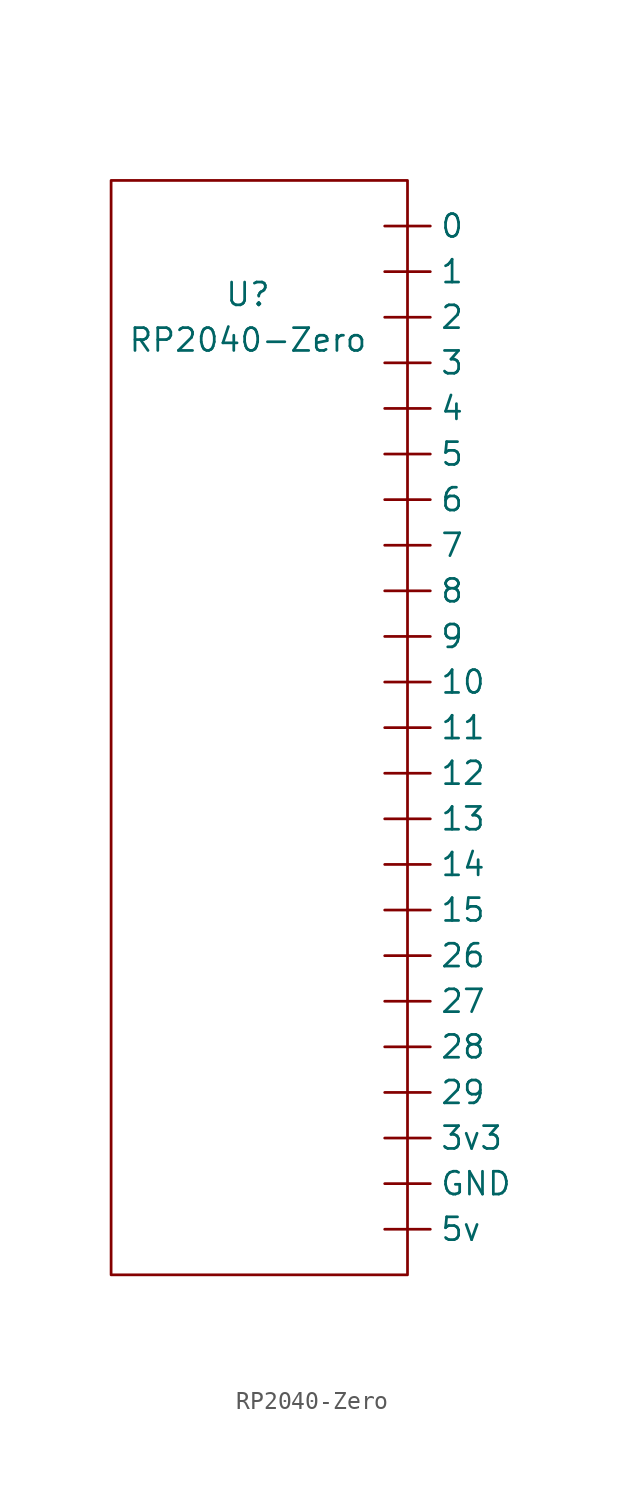
<source format=kicad_sym>
(kicad_symbol_lib
  (version 20211014)
  (generator kicad_symbol_editor)
  (symbol "RP2040-Zero"
    (pin_numbers hide)
    (property "Reference" "U"
      (at 0 0 0)
      (effects (font (size 1.27 1.27))))
    (property "Value" "RP2040-Zero"
      (at 0 -2.54 0)
      (effects (font (size 1.27 1.27))))
    (symbol "RP2040-Zero_0_1"
      (rectangle (start -7.62 6.35) (end 8.89 -54.61) (stroke (width 0) (type default) (color 0 0 0 0)) (fill (type none))))
    (symbol "RP2040-Zero_1_1"
      (pin bidirectional line (at 7.62 3.81 0) (length 2.54) (name "0" (effects (font (size 1.27 1.27)))) (number "0" (effects (font (size 1.27 1.27)))))
      (pin bidirectional line (at 7.62 1.27 0) (length 2.54) (name "1" (effects (font (size 1.27 1.27)))) (number "1" (effects (font (size 1.27 1.27)))))
      (pin bidirectional line (at 7.62 -21.59 0) (length 2.54) (name "10" (effects (font (size 1.27 1.27)))) (number "10" (effects (font (size 1.27 1.27)))))
      (pin bidirectional line (at 7.62 -24.13 0) (length 2.54) (name "11" (effects (font (size 1.27 1.27)))) (number "11" (effects (font (size 1.27 1.27)))))
      (pin bidirectional line (at 7.62 -26.67 0) (length 2.54) (name "12" (effects (font (size 1.27 1.27)))) (number "12" (effects (font (size 1.27 1.27)))))
      (pin bidirectional line (at 7.62 -29.21 0) (length 2.54) (name "13" (effects (font (size 1.27 1.27)))) (number "13" (effects (font (size 1.27 1.27)))))
      (pin bidirectional line (at 7.62 -31.75 0) (length 2.54) (name "14" (effects (font (size 1.27 1.27)))) (number "14" (effects (font (size 1.27 1.27)))))
      (pin bidirectional line (at 7.62 -34.29 0) (length 2.54) (name "15" (effects (font (size 1.27 1.27)))) (number "15" (effects (font (size 1.27 1.27)))))
      (pin bidirectional line (at 7.62 -1.27 0) (length 2.54) (name "2" (effects (font (size 1.27 1.27)))) (number "2" (effects (font (size 1.27 1.27)))))
      (pin bidirectional line (at 7.62 -36.83 0) (length 2.54) (name "26" (effects (font (size 1.27 1.27)))) (number "26" (effects (font (size 1.27 1.27)))))
      (pin bidirectional line (at 7.62 -39.37 0) (length 2.54) (name "27" (effects (font (size 1.27 1.27)))) (number "27" (effects (font (size 1.27 1.27)))))
      (pin bidirectional line (at 7.62 -41.91 0) (length 2.54) (name "28" (effects (font (size 1.27 1.27)))) (number "28" (effects (font (size 1.27 1.27)))))
      (pin bidirectional line (at 7.62 -44.45 0) (length 2.54) (name "29" (effects (font (size 1.27 1.27)))) (number "29" (effects (font (size 1.27 1.27)))))
      (pin bidirectional line (at 7.62 -3.81 0) (length 2.54) (name "3" (effects (font (size 1.27 1.27)))) (number "3" (effects (font (size 1.27 1.27)))))
      (pin bidirectional line (at 7.62 -46.99 0) (length 2.54) (name "3v3" (effects (font (size 1.27 1.27)))) (number "3v3" (effects (font (size 1.27 1.27)))))
      (pin bidirectional line (at 7.62 -6.35 0) (length 2.54) (name "4" (effects (font (size 1.27 1.27)))) (number "4" (effects (font (size 1.27 1.27)))))
      (pin bidirectional line (at 7.62 -8.89 0) (length 2.54) (name "5" (effects (font (size 1.27 1.27)))) (number "5" (effects (font (size 1.27 1.27)))))
      (pin bidirectional line (at 7.62 -52.07 0) (length 2.54) (name "5v" (effects (font (size 1.27 1.27)))) (number "5v" (effects (font (size 1.27 1.27)))))
      (pin bidirectional line (at 7.62 -11.43 0) (length 2.54) (name "6" (effects (font (size 1.27 1.27)))) (number "6" (effects (font (size 1.27 1.27)))))
      (pin bidirectional line (at 7.62 -13.97 0) (length 2.54) (name "7" (effects (font (size 1.27 1.27)))) (number "7" (effects (font (size 1.27 1.27)))))
      (pin bidirectional line (at 7.62 -16.51 0) (length 2.54) (name "8" (effects (font (size 1.27 1.27)))) (number "8" (effects (font (size 1.27 1.27)))))
      (pin bidirectional line (at 7.62 -19.05 0) (length 2.54) (name "9" (effects (font (size 1.27 1.27)))) (number "9" (effects (font (size 1.27 1.27)))))
      (pin bidirectional line (at 7.62 -49.53 0) (length 2.54) (name "GND" (effects (font (size 1.27 1.27)))) (number "GND" (effects (font (size 1.27 1.27))))))))
</source>
